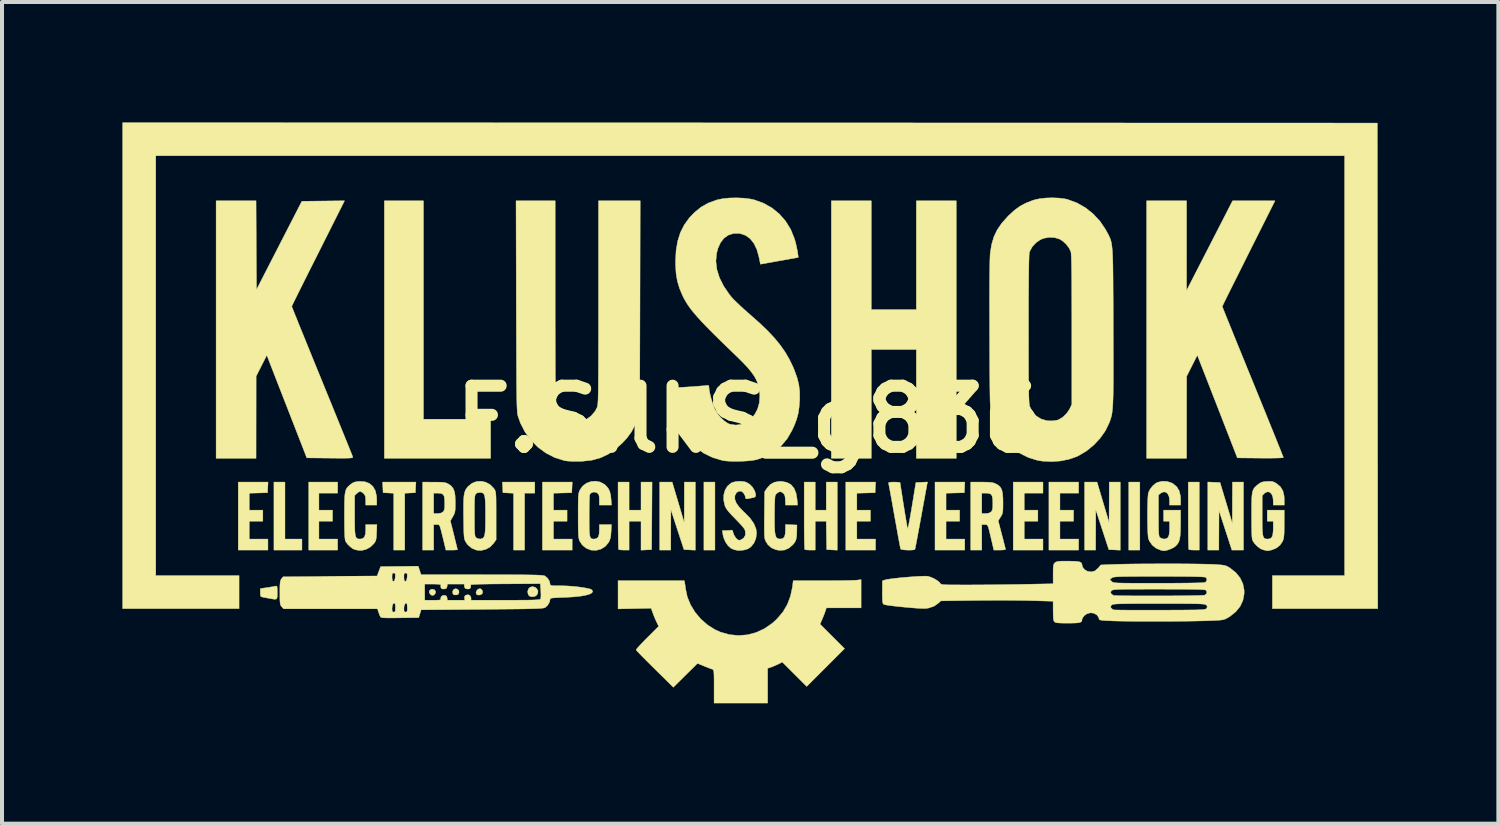
<source format=kicad_pcb>
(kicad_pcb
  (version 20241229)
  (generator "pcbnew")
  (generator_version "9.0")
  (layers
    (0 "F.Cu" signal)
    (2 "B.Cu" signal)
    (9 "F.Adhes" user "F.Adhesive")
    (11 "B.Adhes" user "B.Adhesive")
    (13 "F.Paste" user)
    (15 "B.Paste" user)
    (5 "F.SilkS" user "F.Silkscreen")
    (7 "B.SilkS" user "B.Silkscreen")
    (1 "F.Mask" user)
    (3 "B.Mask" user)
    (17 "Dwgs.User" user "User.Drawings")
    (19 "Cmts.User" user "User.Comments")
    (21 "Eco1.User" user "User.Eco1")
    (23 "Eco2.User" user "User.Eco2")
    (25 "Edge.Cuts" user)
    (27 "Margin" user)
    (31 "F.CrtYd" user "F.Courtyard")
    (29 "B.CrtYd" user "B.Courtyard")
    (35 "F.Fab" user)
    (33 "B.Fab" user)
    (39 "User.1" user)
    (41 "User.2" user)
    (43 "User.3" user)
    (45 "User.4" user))
  (footprint "F.SilkS_g836"
    (layer "F.Cu")
    (at 15.626 7.392)
    (property "Reference" "F.SilkS_g836" (at 0 0 0) (layer "F.SilkS") (effects (font (size 1.524 1.524) (thickness 0.3))))
    (attr through_hole)
    (fp_poly (pts (xy -0.868 3.26) (xy -1.143 3.26) (xy -1.143 1.566) (xy -0.868 1.566) (xy -0.868 3.26)) (stroke (width 0.01) (type solid)) (fill yes) (layer "F.SilkS"))
    (fp_poly (pts (xy 9.716 3.26) (xy 9.44 3.26) (xy 9.44 1.566) (xy 9.716 1.566) (xy 9.716 3.26)) (stroke (width 0.01) (type solid)) (fill yes) (layer "F.SilkS"))
    (fp_poly (pts (xy -11.578 2.985) (xy -11.155 2.985) (xy -11.155 3.26) (xy -11.853 3.26) (xy -11.853 1.566) (xy -11.578 1.566) (xy -11.578 2.985)) (stroke (width 0.01) (type solid)) (fill yes) (layer "F.SilkS"))
    (fp_poly (pts (xy -8.128 0) (xy -6.456 0) (xy -6.456 0.974) (xy -9.102 0.974) (xy -9.102 -5.44) (xy -8.128 -5.44) (xy -8.128 0)) (stroke (width 0.01) (type solid)) (fill yes) (layer "F.SilkS"))
    (fp_poly (pts (xy -5.355 1.841) (xy -5.609 1.841) (xy -5.609 3.26) (xy -5.884 3.26) (xy -5.884 1.844) (xy -6.017 1.837) (xy -6.149 1.831) (xy -6.155 1.699) (xy -6.162 1.566) (xy -5.355 1.566) (xy -5.355 1.841)) (stroke (width 0.01) (type solid)) (fill yes) (layer "F.SilkS"))
    (fp_poly (pts (xy -10.266 1.841) (xy -10.732 1.841) (xy -10.732 2.265) (xy -10.393 2.265) (xy -10.393 2.54) (xy -10.732 2.54) (xy -10.732 2.985) (xy -10.266 2.985) (xy -10.266 3.26) (xy -10.986 3.26) (xy -10.986 1.566) (xy -10.266 1.566) (xy -10.266 1.841)) (stroke (width 0.01) (type solid)) (fill yes) (layer "F.SilkS"))
    (fp_poly (pts (xy -8.323 1.699) (xy -8.329 1.831) (xy -8.461 1.837) (xy -8.594 1.844) (xy -8.594 3.26) (xy -8.869 3.26) (xy -8.869 1.844) (xy -9.001 1.837) (xy -9.133 1.831) (xy -9.14 1.699) (xy -9.146 1.566) (xy -8.316 1.566) (xy -8.323 1.699)) (stroke (width 0.01) (type solid)) (fill yes) (layer "F.SilkS"))
    (fp_poly (pts (xy -7.853 4.249) (xy -7.827 4.286) (xy -7.829 4.333) (xy -7.863 4.375) (xy -7.875 4.382) (xy -7.914 4.391) (xy -7.952 4.366) (xy -7.959 4.36) (xy -7.986 4.311) (xy -7.977 4.266) (xy -7.936 4.238) (xy -7.906 4.233) (xy -7.853 4.249)) (stroke (width 0.01) (type solid)) (fill yes) (layer "F.SilkS"))
    (fp_poly (pts (xy -7.279 4.235) (xy -7.246 4.271) (xy -7.243 4.314) (xy -7.256 4.356) (xy -7.291 4.374) (xy -7.317 4.377) (xy -7.368 4.375) (xy -7.393 4.351) (xy -7.396 4.343) (xy -7.4 4.282) (xy -7.374 4.239) (xy -7.327 4.222) (xy -7.279 4.235)) (stroke (width 0.01) (type solid)) (fill yes) (layer "F.SilkS"))
    (fp_poly (pts (xy -6.702 4.225) (xy -6.666 4.258) (xy -6.653 4.308) (xy -6.668 4.351) (xy -6.708 4.374) (xy -6.759 4.381) (xy -6.8 4.369) (xy -6.802 4.367) (xy -6.82 4.325) (xy -6.808 4.278) (xy -6.775 4.239) (xy -6.73 4.221) (xy -6.702 4.225)) (stroke (width 0.01) (type solid)) (fill yes) (layer "F.SilkS"))
    (fp_poly (pts (xy 3.027 -2.731) (xy 4.149 -2.731) (xy 4.149 -5.44) (xy 5.144 -5.44) (xy 5.144 0.974) (xy 4.149 0.974) (xy 4.149 -1.736) (xy 3.027 -1.736) (xy 3.027 0.974) (xy 2.032 0.974) (xy 2.032 -5.44) (xy 3.027 -5.44) (xy 3.027 -2.731)) (stroke (width 0.01) (type solid)) (fill yes) (layer "F.SilkS"))
    (fp_poly (pts (xy 7.303 1.841) (xy 6.837 1.841) (xy 6.837 2.265) (xy 7.176 2.265) (xy 7.176 2.54) (xy 6.837 2.54) (xy 6.837 2.985) (xy 7.303 2.985) (xy 7.303 3.26) (xy 6.562 3.26) (xy 6.562 1.566) (xy 7.303 1.566) (xy 7.303 1.841)) (stroke (width 0.01) (type solid)) (fill yes) (layer "F.SilkS"))
    (fp_poly (pts (xy 8.191 1.841) (xy 7.726 1.841) (xy 7.726 2.265) (xy 8.065 2.265) (xy 8.065 2.54) (xy 7.726 2.54) (xy 7.726 2.985) (xy 8.191 2.985) (xy 8.191 3.26) (xy 7.451 3.26) (xy 7.451 1.566) (xy 8.191 1.566) (xy 8.191 1.841)) (stroke (width 0.01) (type solid)) (fill yes) (layer "F.SilkS"))
    (fp_poly (pts (xy 8.95 2.572) (xy 8.954 1.566) (xy 9.229 1.566) (xy 9.229 3.262) (xy 9.086 3.255) (xy 8.944 3.249) (xy 8.618 2.254) (xy 8.617 2.757) (xy 8.615 3.26) (xy 8.34 3.26) (xy 8.34 1.566) (xy 8.65 1.566) (xy 8.95 2.572)) (stroke (width 0.01) (type solid)) (fill yes) (layer "F.SilkS"))
    (fp_poly (pts (xy 15.632 -7.377) (xy 15.642 4.72) (xy 13.018 4.72) (xy 13.018 3.895) (xy 14.817 3.895) (xy 14.817 -6.562) (xy -14.796 -6.562) (xy -14.796 3.895) (xy -12.721 3.895) (xy -12.721 4.72) (xy -15.621 4.72) (xy -15.621 -7.387) (xy 15.632 -7.377)) (stroke (width 0.01) (type solid)) (fill yes) (layer "F.SilkS"))
    (fp_poly (pts (xy -12.006 1.699) (xy -12.012 1.831) (xy -12.24 1.837) (xy -12.467 1.843) (xy -12.467 2.265) (xy -12.129 2.265) (xy -12.129 2.54) (xy -12.467 2.54) (xy -12.467 2.985) (xy -12.002 2.985) (xy -12.002 3.26) (xy -12.742 3.26) (xy -12.742 1.566) (xy -11.999 1.566) (xy -12.006 1.699)) (stroke (width 0.01) (type solid)) (fill yes) (layer "F.SilkS"))
    (fp_poly (pts (xy -4.428 1.699) (xy -4.434 1.831) (xy -4.662 1.837) (xy -4.889 1.843) (xy -4.889 2.265) (xy -4.551 2.265) (xy -4.551 2.54) (xy -4.889 2.54) (xy -4.889 2.985) (xy -4.424 2.985) (xy -4.424 3.26) (xy -5.165 3.26) (xy -5.165 1.566) (xy -4.422 1.566) (xy -4.428 1.699)) (stroke (width 0.01) (type solid)) (fill yes) (layer "F.SilkS"))
    (fp_poly (pts (xy -1.783 2.069) (xy -1.633 2.572) (xy -1.631 2.069) (xy -1.63 1.566) (xy -1.355 1.566) (xy -1.355 3.262) (xy -1.497 3.255) (xy -1.639 3.249) (xy -1.965 2.254) (xy -1.967 2.757) (xy -1.968 3.26) (xy -2.244 3.26) (xy -2.244 1.566) (xy -1.933 1.566) (xy -1.783 2.069)) (stroke (width 0.01) (type solid)) (fill yes) (layer "F.SilkS"))
    (fp_poly (pts (xy 3.128 1.699) (xy 3.122 1.831) (xy 2.895 1.837) (xy 2.667 1.843) (xy 2.667 2.265) (xy 3.006 2.265) (xy 3.006 2.54) (xy 2.667 2.54) (xy 2.667 2.985) (xy 3.133 2.985) (xy 3.133 3.26) (xy 2.392 3.26) (xy 2.392 1.566) (xy 3.135 1.566) (xy 3.128 1.699)) (stroke (width 0.01) (type solid)) (fill yes) (layer "F.SilkS"))
    (fp_poly (pts (xy 5.351 1.699) (xy 5.345 1.831) (xy 5.117 1.837) (xy 4.889 1.843) (xy 4.889 2.265) (xy 5.228 2.265) (xy 5.228 2.54) (xy 4.889 2.54) (xy 4.889 2.985) (xy 5.355 2.985) (xy 5.355 3.26) (xy 4.614 3.26) (xy 4.614 1.566) (xy 5.357 1.566) (xy 5.351 1.699)) (stroke (width 0.01) (type solid)) (fill yes) (layer "F.SilkS"))
    (fp_poly (pts (xy 11.562 1.571) (xy 11.714 1.577) (xy 11.867 2.085) (xy 12.02 2.593) (xy 12.021 2.08) (xy 12.023 1.566) (xy 12.298 1.566) (xy 12.298 3.26) (xy 12.009 3.26) (xy 11.688 2.275) (xy 11.686 2.768) (xy 11.684 3.26) (xy 11.409 3.26) (xy 11.409 1.564) (xy 11.562 1.571)) (stroke (width 0.01) (type solid)) (fill yes) (layer "F.SilkS"))
    (fp_poly (pts (xy 11.197 3.26) (xy 11.074 3.26) (xy 11.005 3.257) (xy 10.954 3.252) (xy 10.936 3.246) (xy 10.933 3.222) (xy 10.93 3.161) (xy 10.928 3.066) (xy 10.925 2.943) (xy 10.924 2.797) (xy 10.923 2.631) (xy 10.922 2.45) (xy 10.922 2.399) (xy 10.922 1.566) (xy 11.197 1.566) (xy 11.197 3.26)) (stroke (width 0.01) (type solid)) (fill yes) (layer "F.SilkS"))
    (fp_poly (pts (xy -5.348 4.186) (xy -5.313 4.212) (xy -5.276 4.271) (xy -5.28 4.333) (xy -5.303 4.377) (xy -5.35 4.412) (xy -5.412 4.424) (xy -5.472 4.414) (xy -5.504 4.391) (xy -5.524 4.347) (xy -5.531 4.297) (xy -5.419 4.297) (xy -5.411 4.314) (xy -5.405 4.311) (xy -5.402 4.286) (xy -5.405 4.283) (xy -5.417 4.286) (xy -5.419 4.297) (xy -5.531 4.297) (xy -5.532 4.293) (xy -5.514 4.228) (xy -5.471 4.185) (xy -5.411 4.17) (xy -5.348 4.186)) (stroke (width 0.01) (type solid)) (fill yes) (layer "F.SilkS"))
    (fp_poly (pts (xy -11.776 4.17) (xy -11.771 4.209) (xy -11.769 4.279) (xy -11.769 4.317) (xy -11.769 4.403) (xy -11.776 4.456) (xy -11.797 4.481) (xy -11.84 4.485) (xy -11.913 4.473) (xy -11.959 4.465) (xy -12.036 4.45) (xy -12.108 4.437) (xy -12.123 4.434) (xy -12.165 4.424) (xy -12.185 4.405) (xy -12.191 4.364) (xy -12.192 4.321) (xy -12.192 4.219) (xy -12.017 4.194) (xy -11.932 4.18) (xy -11.859 4.168) (xy -11.812 4.158) (xy -11.806 4.157) (xy -11.787 4.156) (xy -11.776 4.17)) (stroke (width 0.01) (type solid)) (fill yes) (layer "F.SilkS"))
    (fp_poly (pts (xy -3.006 2.265) (xy -2.709 2.265) (xy -2.709 1.566) (xy -2.434 1.566) (xy -2.439 2.408) (xy -2.445 3.249) (xy -2.577 3.255) (xy -2.709 3.262) (xy -2.709 2.54) (xy -3.006 2.54) (xy -3.006 3.26) (xy -3.129 3.26) (xy -3.198 3.257) (xy -3.249 3.252) (xy -3.267 3.246) (xy -3.27 3.222) (xy -3.273 3.161) (xy -3.275 3.066) (xy -3.277 2.943) (xy -3.279 2.797) (xy -3.28 2.631) (xy -3.281 2.45) (xy -3.281 2.399) (xy -3.281 1.566) (xy -3.006 1.566) (xy -3.006 2.265)) (stroke (width 0.01) (type solid)) (fill yes) (layer "F.SilkS"))
    (fp_poly (pts (xy 1.63 2.265) (xy 1.905 2.265) (xy 1.905 1.566) (xy 2.18 1.566) (xy 2.18 3.262) (xy 2.048 3.255) (xy 1.916 3.249) (xy 1.91 2.895) (xy 1.904 2.54) (xy 1.63 2.54) (xy 1.63 3.26) (xy 1.506 3.26) (xy 1.437 3.257) (xy 1.387 3.252) (xy 1.369 3.246) (xy 1.366 3.222) (xy 1.363 3.161) (xy 1.36 3.066) (xy 1.358 2.943) (xy 1.356 2.797) (xy 1.355 2.631) (xy 1.355 2.45) (xy 1.355 2.399) (xy 1.355 1.566) (xy 1.63 1.566) (xy 1.63 2.265)) (stroke (width 0.01) (type solid)) (fill yes) (layer "F.SilkS"))
    (fp_poly (pts (xy 5.89 1.567) (xy 5.975 1.571) (xy 6.037 1.579) (xy 6.086 1.591) (xy 6.131 1.61) (xy 6.132 1.611) (xy 6.197 1.649) (xy 6.245 1.696) (xy 6.277 1.759) (xy 6.296 1.844) (xy 6.306 1.959) (xy 6.308 2.08) (xy 6.307 2.19) (xy 6.305 2.268) (xy 6.298 2.323) (xy 6.287 2.364) (xy 6.268 2.402) (xy 6.248 2.435) (xy 6.188 2.529) (xy 6.279 2.879) (xy 6.31 2.995) (xy 6.335 3.096) (xy 6.356 3.176) (xy 6.368 3.228) (xy 6.371 3.244) (xy 6.352 3.252) (xy 6.301 3.257) (xy 6.229 3.26) (xy 6.225 3.26) (xy 6.079 3.26) (xy 6.023 3.018) (xy 5.991 2.882) (xy 5.967 2.781) (xy 5.948 2.711) (xy 5.932 2.666) (xy 5.917 2.64) (xy 5.899 2.628) (xy 5.878 2.625) (xy 5.852 2.625) (xy 5.779 2.625) (xy 5.779 3.26) (xy 5.503 3.26) (xy 5.503 1.841) (xy 5.779 1.841) (xy 5.779 2.349) (xy 5.874 2.349) (xy 5.955 2.34) (xy 6.01 2.309) (xy 6.011 2.307) (xy 6.033 2.278) (xy 6.046 2.239) (xy 6.052 2.179) (xy 6.054 2.092) (xy 6.05 1.985) (xy 6.036 1.912) (xy 6.008 1.869) (xy 5.96 1.848) (xy 5.888 1.842) (xy 5.881 1.841) (xy 5.779 1.841) (xy 5.503 1.841) (xy 5.503 1.566) (xy 5.772 1.566) (xy 5.89 1.567)) (stroke (width 0.01) (type solid)) (fill yes) (layer "F.SilkS"))
    (fp_poly (pts (xy -7.869 1.567) (xy -7.751 1.568) (xy -7.667 1.57) (xy -7.607 1.577) (xy -7.563 1.587) (xy -7.525 1.604) (xy -7.505 1.614) (xy -7.439 1.661) (xy -7.391 1.719) (xy -7.359 1.795) (xy -7.341 1.896) (xy -7.335 2.03) (xy -7.334 2.074) (xy -7.335 2.181) (xy -7.338 2.257) (xy -7.346 2.311) (xy -7.36 2.356) (xy -7.382 2.401) (xy -7.396 2.426) (xy -7.458 2.533) (xy -7.369 2.885) (xy -7.341 3.002) (xy -7.316 3.103) (xy -7.296 3.182) (xy -7.284 3.233) (xy -7.281 3.249) (xy -7.301 3.254) (xy -7.351 3.258) (xy -7.423 3.26) (xy -7.425 3.26) (xy -7.569 3.26) (xy -7.629 3.011) (xy -7.662 2.876) (xy -7.687 2.777) (xy -7.706 2.708) (xy -7.721 2.663) (xy -7.736 2.638) (xy -7.752 2.627) (xy -7.773 2.624) (xy -7.799 2.625) (xy -7.801 2.625) (xy -7.874 2.625) (xy -7.874 3.26) (xy -8.149 3.26) (xy -8.149 1.841) (xy -7.874 1.841) (xy -7.874 2.349) (xy -7.779 2.349) (xy -7.697 2.34) (xy -7.643 2.309) (xy -7.641 2.307) (xy -7.619 2.278) (xy -7.606 2.239) (xy -7.6 2.179) (xy -7.599 2.092) (xy -7.602 1.985) (xy -7.616 1.912) (xy -7.645 1.869) (xy -7.693 1.848) (xy -7.765 1.842) (xy -7.771 1.841) (xy -7.874 1.841) (xy -8.149 1.841) (xy -8.149 1.566) (xy -7.869 1.567)) (stroke (width 0.01) (type solid)) (fill yes) (layer "F.SilkS"))
    (fp_poly (pts (xy 10.88 -4.323) (xy 10.88 -3.207) (xy 11.453 -4.323) (xy 12.026 -5.44) (xy 13.082 -5.44) (xy 12.425 -4.13) (xy 12.316 -3.911) (xy 12.212 -3.703) (xy 12.115 -3.509) (xy 12.027 -3.333) (xy 11.949 -3.177) (xy 11.883 -3.044) (xy 11.831 -2.938) (xy 11.794 -2.862) (xy 11.773 -2.818) (xy 11.769 -2.809) (xy 11.776 -2.788) (xy 11.799 -2.731) (xy 11.836 -2.64) (xy 11.885 -2.517) (xy 11.946 -2.367) (xy 12.017 -2.191) (xy 12.098 -1.992) (xy 12.187 -1.773) (xy 12.284 -1.536) (xy 12.386 -1.284) (xy 12.494 -1.021) (xy 12.531 -0.93) (xy 12.64 -0.663) (xy 12.744 -0.407) (xy 12.843 -0.164) (xy 12.934 0.062) (xy 13.018 0.268) (xy 13.093 0.453) (xy 13.157 0.613) (xy 13.211 0.746) (xy 13.251 0.849) (xy 13.279 0.918) (xy 13.292 0.953) (xy 13.293 0.956) (xy 13.272 0.96) (xy 13.215 0.964) (xy 13.125 0.967) (xy 13.008 0.969) (xy 12.87 0.97) (xy 12.719 0.969) (xy 12.145 0.963) (xy 11.766 -0.011) (xy 11.686 -0.216) (xy 11.607 -0.419) (xy 11.53 -0.615) (xy 11.459 -0.799) (xy 11.394 -0.964) (xy 11.339 -1.106) (xy 11.295 -1.219) (xy 11.267 -1.289) (xy 11.148 -1.595) (xy 11.015 -1.332) (xy 10.882 -1.069) (xy 10.881 -0.048) (xy 10.88 0.974) (xy 9.885 0.974) (xy 9.885 -5.44) (xy 10.88 -5.44) (xy 10.88 -4.323)) (stroke (width 0.01) (type solid)) (fill yes) (layer "F.SilkS"))
    (fp_poly (pts (xy 0.797 1.549) (xy 0.925 1.574) (xy 1.026 1.629) (xy 1.101 1.718) (xy 1.152 1.839) (xy 1.177 1.985) (xy 1.191 2.138) (xy 0.891 2.138) (xy 0.885 2.008) (xy 0.879 1.932) (xy 0.866 1.884) (xy 0.842 1.852) (xy 0.823 1.836) (xy 0.779 1.809) (xy 0.742 1.809) (xy 0.707 1.823) (xy 0.659 1.861) (xy 0.633 1.905) (xy 0.628 1.942) (xy 0.624 2.013) (xy 0.62 2.113) (xy 0.618 2.233) (xy 0.616 2.366) (xy 0.616 2.396) (xy 0.616 2.57) (xy 0.619 2.706) (xy 0.625 2.809) (xy 0.637 2.883) (xy 0.655 2.933) (xy 0.68 2.964) (xy 0.714 2.979) (xy 0.757 2.984) (xy 0.764 2.984) (xy 0.823 2.972) (xy 0.862 2.932) (xy 0.883 2.859) (xy 0.889 2.765) (xy 0.889 2.623) (xy 1.032 2.629) (xy 1.175 2.635) (xy 1.172 2.788) (xy 1.168 2.897) (xy 1.158 2.974) (xy 1.139 3.033) (xy 1.107 3.085) (xy 1.076 3.123) (xy 0.975 3.211) (xy 0.863 3.259) (xy 0.738 3.267) (xy 0.65 3.251) (xy 0.539 3.203) (xy 0.452 3.126) (xy 0.399 3.042) (xy 0.387 3.015) (xy 0.377 2.986) (xy 0.37 2.948) (xy 0.366 2.897) (xy 0.363 2.827) (xy 0.362 2.733) (xy 0.362 2.609) (xy 0.363 2.45) (xy 0.364 2.384) (xy 0.37 1.807) (xy 0.429 1.719) (xy 0.511 1.626) (xy 0.613 1.57) (xy 0.737 1.548) (xy 0.797 1.549)) (stroke (width 0.01) (type solid)) (fill yes) (layer "F.SilkS"))
    (fp_poly (pts (xy -10.751 -4.133) (xy -10.861 -3.914) (xy -10.966 -3.706) (xy -11.063 -3.512) (xy -11.151 -3.336) (xy -11.229 -3.18) (xy -11.294 -3.047) (xy -11.347 -2.941) (xy -11.384 -2.864) (xy -11.405 -2.82) (xy -11.409 -2.81) (xy -11.401 -2.789) (xy -11.378 -2.731) (xy -11.342 -2.639) (xy -11.292 -2.517) (xy -11.232 -2.366) (xy -11.16 -2.19) (xy -11.079 -1.991) (xy -10.99 -1.771) (xy -10.894 -1.535) (xy -10.792 -1.284) (xy -10.684 -1.021) (xy -10.654 -0.948) (xy -10.546 -0.681) (xy -10.441 -0.426) (xy -10.343 -0.184) (xy -10.251 0.042) (xy -10.167 0.249) (xy -10.092 0.434) (xy -10.027 0.594) (xy -9.973 0.727) (xy -9.932 0.83) (xy -9.904 0.9) (xy -9.891 0.934) (xy -9.89 0.937) (xy -9.889 0.948) (xy -9.896 0.957) (xy -9.916 0.963) (xy -9.954 0.967) (xy -10.013 0.97) (xy -10.098 0.971) (xy -10.215 0.971) (xy -10.367 0.97) (xy -10.457 0.969) (xy -11.034 0.963) (xy -11.452 -0.111) (xy -11.534 -0.321) (xy -11.614 -0.525) (xy -11.689 -0.718) (xy -11.759 -0.897) (xy -11.821 -1.056) (xy -11.873 -1.191) (xy -11.915 -1.298) (xy -11.943 -1.371) (xy -11.95 -1.39) (xy -12.03 -1.594) (xy -12.163 -1.332) (xy -12.296 -1.069) (xy -12.297 -0.048) (xy -12.298 0.974) (xy -13.293 0.974) (xy -13.293 -5.44) (xy -12.298 -5.44) (xy -12.293 -4.334) (xy -12.287 -3.228) (xy -11.722 -4.329) (xy -11.157 -5.429) (xy -10.094 -5.441) (xy -10.751 -4.133)) (stroke (width 0.01) (type solid)) (fill yes) (layer "F.SilkS"))
    (fp_poly (pts (xy 4.415 1.624) (xy 4.409 1.657) (xy 4.396 1.728) (xy 4.377 1.83) (xy 4.354 1.959) (xy 4.326 2.109) (xy 4.296 2.275) (xy 4.264 2.452) (xy 4.263 2.455) (xy 4.231 2.631) (xy 4.201 2.793) (xy 4.174 2.938) (xy 4.151 3.06) (xy 4.133 3.155) (xy 4.12 3.217) (xy 4.114 3.243) (xy 4.114 3.244) (xy 4.087 3.254) (xy 4.032 3.259) (xy 3.96 3.261) (xy 3.884 3.258) (xy 3.817 3.252) (xy 3.77 3.242) (xy 3.757 3.233) (xy 3.751 3.207) (xy 3.739 3.144) (xy 3.721 3.049) (xy 3.698 2.926) (xy 3.672 2.78) (xy 3.643 2.617) (xy 3.611 2.441) (xy 3.608 2.424) (xy 3.576 2.246) (xy 3.547 2.08) (xy 3.52 1.931) (xy 3.497 1.805) (xy 3.478 1.705) (xy 3.465 1.636) (xy 3.459 1.604) (xy 3.458 1.603) (xy 3.457 1.584) (xy 3.473 1.573) (xy 3.515 1.568) (xy 3.59 1.566) (xy 3.597 1.566) (xy 3.67 1.568) (xy 3.724 1.574) (xy 3.746 1.581) (xy 3.746 1.582) (xy 3.749 1.611) (xy 3.758 1.674) (xy 3.772 1.766) (xy 3.79 1.878) (xy 3.81 2.005) (xy 3.831 2.14) (xy 3.853 2.275) (xy 3.874 2.405) (xy 3.894 2.521) (xy 3.91 2.618) (xy 3.923 2.689) (xy 3.93 2.727) (xy 3.931 2.731) (xy 3.937 2.719) (xy 3.95 2.67) (xy 3.966 2.59) (xy 3.987 2.482) (xy 4.01 2.352) (xy 4.035 2.204) (xy 4.041 2.17) (xy 4.138 1.577) (xy 4.428 1.564) (xy 4.415 1.624)) (stroke (width 0.01) (type solid)) (fill yes) (layer "F.SilkS"))
    (fp_poly (pts (xy -3.727 1.565) (xy -3.622 1.621) (xy -3.591 1.647) (xy -3.529 1.717) (xy -3.489 1.795) (xy -3.465 1.894) (xy -3.456 1.982) (xy -3.444 2.138) (xy -3.747 2.138) (xy -3.747 2.016) (xy -3.75 1.934) (xy -3.76 1.883) (xy -3.784 1.849) (xy -3.826 1.823) (xy -3.886 1.813) (xy -3.947 1.835) (xy -3.984 1.871) (xy -3.989 1.898) (xy -3.993 1.961) (xy -3.996 2.054) (xy -3.998 2.172) (xy -4 2.307) (xy -4 2.406) (xy -4 2.578) (xy -3.998 2.711) (xy -3.995 2.812) (xy -3.987 2.884) (xy -3.976 2.933) (xy -3.959 2.963) (xy -3.936 2.978) (xy -3.905 2.984) (xy -3.875 2.985) (xy -3.814 2.973) (xy -3.774 2.934) (xy -3.753 2.863) (xy -3.747 2.766) (xy -3.747 2.625) (xy -3.445 2.625) (xy -3.454 2.801) (xy -3.462 2.903) (xy -3.477 2.978) (xy -3.501 3.04) (xy -3.518 3.071) (xy -3.598 3.167) (xy -3.702 3.233) (xy -3.822 3.266) (xy -3.95 3.261) (xy -3.967 3.257) (xy -4.079 3.211) (xy -4.172 3.134) (xy -4.235 3.04) (xy -4.247 3.009) (xy -4.257 2.974) (xy -4.264 2.929) (xy -4.269 2.867) (xy -4.272 2.785) (xy -4.274 2.675) (xy -4.275 2.533) (xy -4.275 2.404) (xy -4.275 2.236) (xy -4.274 2.105) (xy -4.273 2.005) (xy -4.27 1.93) (xy -4.265 1.875) (xy -4.257 1.833) (xy -4.247 1.8) (xy -4.234 1.77) (xy -4.23 1.761) (xy -4.161 1.664) (xy -4.068 1.594) (xy -3.958 1.553) (xy -3.842 1.543) (xy -3.727 1.565)) (stroke (width 0.01) (type solid)) (fill yes) (layer "F.SilkS"))
    (fp_poly (pts (xy -9.59 1.557) (xy -9.476 1.599) (xy -9.389 1.673) (xy -9.328 1.778) (xy -9.297 1.913) (xy -9.292 2) (xy -9.292 2.138) (xy -9.567 2.138) (xy -9.567 2.02) (xy -9.571 1.945) (xy -9.586 1.895) (xy -9.616 1.854) (xy -9.619 1.851) (xy -9.664 1.816) (xy -9.702 1.799) (xy -9.705 1.799) (xy -9.742 1.813) (xy -9.787 1.848) (xy -9.791 1.851) (xy -9.842 1.903) (xy -9.842 2.397) (xy -9.842 2.57) (xy -9.84 2.705) (xy -9.835 2.807) (xy -9.827 2.881) (xy -9.813 2.931) (xy -9.794 2.962) (xy -9.767 2.978) (xy -9.732 2.984) (xy -9.705 2.985) (xy -9.641 2.972) (xy -9.598 2.933) (xy -9.575 2.863) (xy -9.567 2.758) (xy -9.567 2.625) (xy -9.288 2.625) (xy -9.295 2.824) (xy -9.3 2.919) (xy -9.307 2.984) (xy -9.32 3.03) (xy -9.341 3.069) (xy -9.368 3.104) (xy -9.453 3.185) (xy -9.556 3.241) (xy -9.664 3.269) (xy -9.747 3.266) (xy -9.804 3.255) (xy -9.837 3.248) (xy -9.891 3.223) (xy -9.955 3.174) (xy -10.017 3.114) (xy -10.062 3.053) (xy -10.066 3.046) (xy -10.075 3.02) (xy -10.083 2.979) (xy -10.088 2.918) (xy -10.092 2.834) (xy -10.095 2.721) (xy -10.096 2.575) (xy -10.097 2.408) (xy -10.096 2.223) (xy -10.095 2.075) (xy -10.091 1.959) (xy -10.084 1.87) (xy -10.072 1.802) (xy -10.055 1.75) (xy -10.032 1.709) (xy -10.001 1.674) (xy -9.962 1.639) (xy -9.94 1.621) (xy -9.884 1.582) (xy -9.825 1.561) (xy -9.746 1.55) (xy -9.729 1.549) (xy -9.59 1.557)) (stroke (width 0.01) (type solid)) (fill yes) (layer "F.SilkS"))
    (fp_poly (pts (xy 10.398 1.551) (xy 10.515 1.59) (xy 10.544 1.606) (xy 10.637 1.685) (xy 10.697 1.785) (xy 10.727 1.911) (xy 10.732 1.996) (xy 10.732 2.138) (xy 10.456 2.138) (xy 10.456 2.024) (xy 10.444 1.928) (xy 10.411 1.857) (xy 10.363 1.817) (xy 10.303 1.811) (xy 10.238 1.842) (xy 10.237 1.843) (xy 10.181 1.887) (xy 10.181 2.401) (xy 10.181 2.562) (xy 10.182 2.687) (xy 10.184 2.78) (xy 10.188 2.846) (xy 10.193 2.891) (xy 10.2 2.921) (xy 10.21 2.939) (xy 10.22 2.949) (xy 10.269 2.975) (xy 10.325 2.985) (xy 10.381 2.975) (xy 10.42 2.943) (xy 10.444 2.883) (xy 10.455 2.79) (xy 10.456 2.715) (xy 10.456 2.54) (xy 10.308 2.54) (xy 10.308 2.265) (xy 10.732 2.265) (xy 10.731 2.609) (xy 10.729 2.767) (xy 10.722 2.889) (xy 10.709 2.982) (xy 10.687 3.053) (xy 10.655 3.109) (xy 10.611 3.156) (xy 10.58 3.182) (xy 10.527 3.213) (xy 10.456 3.243) (xy 10.383 3.267) (xy 10.325 3.278) (xy 10.308 3.278) (xy 10.282 3.272) (xy 10.234 3.261) (xy 10.234 3.261) (xy 10.121 3.214) (xy 10.024 3.135) (xy 9.954 3.034) (xy 9.928 2.969) (xy 9.922 2.924) (xy 9.916 2.843) (xy 9.911 2.733) (xy 9.908 2.602) (xy 9.906 2.456) (xy 9.906 2.402) (xy 9.907 2.252) (xy 9.91 2.115) (xy 9.914 1.997) (xy 9.92 1.905) (xy 9.926 1.847) (xy 9.928 1.836) (xy 9.969 1.748) (xy 10.034 1.663) (xy 10.112 1.597) (xy 10.154 1.574) (xy 10.272 1.545) (xy 10.398 1.551)) (stroke (width 0.01) (type solid)) (fill yes) (layer "F.SilkS"))
    (fp_poly (pts (xy 13.025 1.554) (xy 13.075 1.574) (xy 13.126 1.605) (xy 13.219 1.684) (xy 13.279 1.784) (xy 13.309 1.91) (xy 13.314 1.996) (xy 13.314 2.138) (xy 13.039 2.138) (xy 13.039 2.024) (xy 13.027 1.929) (xy 12.995 1.859) (xy 12.949 1.817) (xy 12.893 1.808) (xy 12.833 1.835) (xy 12.817 1.85) (xy 12.764 1.903) (xy 12.764 2.397) (xy 12.764 2.57) (xy 12.766 2.705) (xy 12.771 2.807) (xy 12.779 2.881) (xy 12.793 2.931) (xy 12.812 2.962) (xy 12.839 2.978) (xy 12.874 2.984) (xy 12.901 2.985) (xy 12.96 2.976) (xy 13 2.946) (xy 13.025 2.89) (xy 13.036 2.801) (xy 13.039 2.715) (xy 13.039 2.54) (xy 12.89 2.54) (xy 12.89 2.265) (xy 13.314 2.265) (xy 13.313 2.609) (xy 13.312 2.744) (xy 13.31 2.844) (xy 13.304 2.918) (xy 13.296 2.972) (xy 13.283 3.016) (xy 13.273 3.04) (xy 13.206 3.14) (xy 13.108 3.215) (xy 12.996 3.258) (xy 12.934 3.272) (xy 12.899 3.277) (xy 12.876 3.276) (xy 12.859 3.27) (xy 12.824 3.261) (xy 12.78 3.251) (xy 12.716 3.222) (xy 12.644 3.168) (xy 12.578 3.101) (xy 12.535 3.04) (xy 12.524 3.015) (xy 12.515 2.983) (xy 12.509 2.938) (xy 12.505 2.875) (xy 12.502 2.788) (xy 12.5 2.673) (xy 12.499 2.525) (xy 12.499 2.402) (xy 12.499 2.22) (xy 12.501 2.074) (xy 12.504 1.96) (xy 12.512 1.873) (xy 12.523 1.806) (xy 12.541 1.755) (xy 12.565 1.714) (xy 12.598 1.679) (xy 12.639 1.642) (xy 12.664 1.622) (xy 12.717 1.585) (xy 12.769 1.564) (xy 12.838 1.553) (xy 12.886 1.55) (xy 12.968 1.547) (xy 13.025 1.554)) (stroke (width 0.01) (type solid)) (fill yes) (layer "F.SilkS"))
    (fp_poly (pts (xy -0.147 1.554) (xy -0.091 1.568) (xy -0.003 1.619) (xy 0.072 1.697) (xy 0.125 1.789) (xy 0.148 1.882) (xy 0.148 1.891) (xy 0.141 1.927) (xy 0.111 1.947) (xy 0.069 1.957) (xy 0.002 1.97) (xy -0.054 1.982) (xy -0.058 1.983) (xy -0.096 1.983) (xy -0.106 1.959) (xy -0.12 1.899) (xy -0.155 1.839) (xy -0.199 1.799) (xy -0.216 1.792) (xy -0.279 1.795) (xy -0.333 1.833) (xy -0.367 1.897) (xy -0.372 1.915) (xy -0.371 1.997) (xy -0.338 2.084) (xy -0.27 2.181) (xy -0.166 2.291) (xy -0.128 2.326) (xy 0.008 2.465) (xy 0.102 2.601) (xy 0.156 2.733) (xy 0.169 2.84) (xy 0.152 2.971) (xy 0.104 3.086) (xy 0.029 3.178) (xy -0.042 3.227) (xy -0.11 3.251) (xy -0.196 3.266) (xy -0.275 3.27) (xy -0.307 3.267) (xy -0.364 3.255) (xy -0.395 3.248) (xy -0.473 3.212) (xy -0.547 3.143) (xy -0.609 3.05) (xy -0.654 2.942) (xy -0.67 2.868) (xy -0.683 2.773) (xy -0.587 2.773) (xy -0.521 2.77) (xy -0.471 2.764) (xy -0.459 2.761) (xy -0.435 2.766) (xy -0.419 2.805) (xy -0.414 2.828) (xy -0.388 2.896) (xy -0.345 2.96) (xy -0.339 2.967) (xy -0.295 3.005) (xy -0.261 3.015) (xy -0.22 3.005) (xy -0.149 2.958) (xy -0.111 2.889) (xy -0.109 2.803) (xy -0.125 2.748) (xy -0.146 2.716) (xy -0.191 2.661) (xy -0.255 2.59) (xy -0.332 2.509) (xy -0.364 2.476) (xy -0.459 2.379) (xy -0.527 2.303) (xy -0.574 2.242) (xy -0.605 2.189) (xy -0.621 2.15) (xy -0.65 2.014) (xy -0.647 1.883) (xy -0.614 1.764) (xy -0.554 1.665) (xy -0.467 1.593) (xy -0.43 1.574) (xy -0.347 1.553) (xy -0.246 1.546) (xy -0.147 1.554)) (stroke (width 0.01) (type solid)) (fill yes) (layer "F.SilkS"))
    (fp_poly (pts (xy -6.575 1.57) (xy -6.468 1.629) (xy -6.378 1.72) (xy -6.369 1.732) (xy -6.354 1.755) (xy -6.343 1.777) (xy -6.334 1.805) (xy -6.327 1.843) (xy -6.323 1.896) (xy -6.32 1.97) (xy -6.319 2.07) (xy -6.318 2.201) (xy -6.318 2.368) (xy -6.318 3.002) (xy -6.382 3.092) (xy -6.469 3.183) (xy -6.578 3.243) (xy -6.698 3.27) (xy -6.808 3.261) (xy -6.926 3.212) (xy -7.024 3.13) (xy -7.07 3.065) (xy -7.087 3.035) (xy -7.099 3.006) (xy -7.109 2.972) (xy -7.115 2.927) (xy -7.12 2.865) (xy -7.124 2.78) (xy -7.126 2.666) (xy -7.128 2.519) (xy -7.129 2.452) (xy -7.13 2.399) (xy -6.858 2.399) (xy -6.858 2.561) (xy -6.857 2.687) (xy -6.854 2.78) (xy -6.85 2.847) (xy -6.845 2.893) (xy -6.837 2.923) (xy -6.826 2.942) (xy -6.823 2.946) (xy -6.773 2.976) (xy -6.708 2.984) (xy -6.655 2.968) (xy -6.632 2.948) (xy -6.615 2.919) (xy -6.602 2.876) (xy -6.593 2.812) (xy -6.587 2.724) (xy -6.584 2.606) (xy -6.583 2.452) (xy -6.583 2.399) (xy -6.584 2.229) (xy -6.586 2.097) (xy -6.592 1.998) (xy -6.601 1.927) (xy -6.615 1.879) (xy -6.635 1.849) (xy -6.662 1.833) (xy -6.697 1.825) (xy -6.707 1.824) (xy -6.781 1.832) (xy -6.818 1.854) (xy -6.83 1.868) (xy -6.84 1.888) (xy -6.847 1.918) (xy -6.852 1.966) (xy -6.855 2.035) (xy -6.857 2.131) (xy -6.858 2.259) (xy -6.858 2.399) (xy -7.13 2.399) (xy -7.131 2.267) (xy -7.13 2.119) (xy -7.127 2.002) (xy -7.12 1.911) (xy -7.107 1.84) (xy -7.09 1.784) (xy -7.066 1.738) (xy -7.035 1.696) (xy -7.014 1.672) (xy -6.918 1.595) (xy -6.808 1.553) (xy -6.691 1.545) (xy -6.575 1.57)) (stroke (width 0.01) (type solid)) (fill yes) (layer "F.SilkS"))
    (fp_poly (pts (xy -4.847 -2.916) (xy -4.847 -2.494) (xy -4.846 -2.107) (xy -4.845 -1.756) (xy -4.844 -1.441) (xy -4.843 -1.164) (xy -4.841 -0.924) (xy -4.838 -0.722) (xy -4.836 -0.56) (xy -4.833 -0.438) (xy -4.83 -0.357) (xy -4.826 -0.317) (xy -4.826 -0.315) (xy -4.79 -0.238) (xy -4.728 -0.154) (xy -4.651 -0.073) (xy -4.569 -0.01) (xy -4.543 0.006) (xy -4.442 0.04) (xy -4.322 0.054) (xy -4.201 0.046) (xy -4.095 0.016) (xy -4.075 0.007) (xy -3.953 -0.081) (xy -3.854 -0.197) (xy -3.812 -0.275) (xy -3.805 -0.29) (xy -3.799 -0.306) (xy -3.794 -0.326) (xy -3.79 -0.352) (xy -3.786 -0.386) (xy -3.782 -0.43) (xy -3.779 -0.487) (xy -3.777 -0.56) (xy -3.775 -0.65) (xy -3.773 -0.76) (xy -3.772 -0.892) (xy -3.771 -1.048) (xy -3.77 -1.231) (xy -3.769 -1.443) (xy -3.769 -1.687) (xy -3.768 -1.965) (xy -3.768 -2.278) (xy -3.768 -2.63) (xy -3.768 -2.905) (xy -3.768 -5.44) (xy -2.729 -5.44) (xy -2.735 -2.831) (xy -2.742 -0.222) (xy -2.788 -0.057) (xy -2.856 0.138) (xy -2.944 0.31) (xy -3.06 0.469) (xy -3.175 0.593) (xy -3.354 0.754) (xy -3.535 0.876) (xy -3.725 0.964) (xy -3.931 1.02) (xy -4.163 1.047) (xy -4.233 1.05) (xy -4.411 1.05) (xy -4.552 1.041) (xy -4.625 1.029) (xy -4.861 0.954) (xy -5.079 0.842) (xy -5.277 0.697) (xy -5.451 0.522) (xy -5.597 0.321) (xy -5.712 0.098) (xy -5.773 -0.074) (xy -5.778 -0.095) (xy -5.783 -0.12) (xy -5.788 -0.152) (xy -5.791 -0.192) (xy -5.795 -0.244) (xy -5.798 -0.308) (xy -5.801 -0.388) (xy -5.803 -0.486) (xy -5.805 -0.604) (xy -5.807 -0.745) (xy -5.809 -0.91) (xy -5.81 -1.102) (xy -5.811 -1.323) (xy -5.812 -1.576) (xy -5.813 -1.863) (xy -5.814 -2.186) (xy -5.815 -2.548) (xy -5.816 -2.82) (xy -5.822 -5.44) (xy -4.847 -5.44) (xy -4.847 -2.916)) (stroke (width 0.01) (type solid)) (fill yes) (layer "F.SilkS"))
    (fp_poly (pts (xy 2.773 4.699) (xy 1.908 4.699) (xy 1.883 4.778) (xy 1.86 4.842) (xy 1.828 4.923) (xy 1.804 4.981) (xy 1.75 5.104) (xy 2.055 5.41) (xy 2.36 5.715) (xy 1.889 6.186) (xy 1.418 6.657) (xy 1.114 6.353) (xy 0.811 6.05) (xy 0.707 6.102) (xy 0.63 6.137) (xy 0.554 6.169) (xy 0.524 6.179) (xy 0.445 6.205) (xy 0.445 7.07) (xy -0.889 7.07) (xy -0.889 6.655) (xy -0.889 6.512) (xy -0.89 6.406) (xy -0.893 6.331) (xy -0.897 6.281) (xy -0.904 6.252) (xy -0.914 6.237) (xy -0.926 6.23) (xy -0.963 6.218) (xy -1.026 6.194) (xy -1.105 6.163) (xy -1.133 6.151) (xy -1.302 6.082) (xy -1.904 6.677) (xy -2.365 6.222) (xy -2.48 6.108) (xy -2.585 6.004) (xy -2.676 5.912) (xy -2.749 5.837) (xy -2.801 5.782) (xy -2.828 5.751) (xy -2.831 5.747) (xy -2.819 5.726) (xy -2.781 5.68) (xy -2.721 5.615) (xy -2.645 5.536) (xy -2.557 5.446) (xy -2.552 5.442) (xy -2.268 5.158) (xy -2.316 5.061) (xy -2.352 4.985) (xy -2.39 4.893) (xy -2.411 4.836) (xy -2.458 4.708) (xy -2.869 4.717) (xy -3.281 4.725) (xy -3.281 4.022) (xy -1.631 4.022) (xy -1.621 4.069) (xy -1.613 4.118) (xy -1.603 4.188) (xy -1.598 4.23) (xy -1.555 4.43) (xy -1.474 4.625) (xy -1.361 4.81) (xy -1.219 4.978) (xy -1.054 5.123) (xy -0.87 5.24) (xy -0.733 5.302) (xy -0.507 5.366) (xy -0.28 5.388) (xy -0.056 5.37) (xy 0.162 5.312) (xy 0.369 5.215) (xy 0.563 5.081) (xy 0.677 4.976) (xy 0.824 4.804) (xy 0.935 4.617) (xy 1.014 4.408) (xy 1.064 4.174) (xy 1.07 4.122) (xy 1.082 4.022) (xy 1.829 4.022) (xy 2.008 4.021) (xy 2.176 4.02) (xy 2.33 4.019) (xy 2.462 4.016) (xy 2.569 4.014) (xy 2.642 4.011) (xy 2.675 4.008) (xy 2.773 3.995) (xy 2.773 4.699)) (stroke (width 0.01) (type solid)) (fill yes) (layer "F.SilkS"))
    (fp_poly (pts (xy -0.15 -5.506) (xy 0.012 -5.486) (xy 0.109 -5.465) (xy 0.342 -5.381) (xy 0.552 -5.263) (xy 0.737 -5.112) (xy 0.894 -4.932) (xy 1.021 -4.725) (xy 1.114 -4.493) (xy 1.14 -4.403) (xy 1.162 -4.308) (xy 1.182 -4.212) (xy 1.195 -4.137) (xy 1.209 -4.03) (xy 0.265 -3.861) (xy 0.231 -4.032) (xy 0.178 -4.223) (xy 0.105 -4.377) (xy 0.011 -4.496) (xy -0.102 -4.578) (xy -0.235 -4.623) (xy -0.268 -4.628) (xy -0.409 -4.626) (xy -0.535 -4.586) (xy -0.642 -4.509) (xy -0.729 -4.398) (xy -0.794 -4.254) (xy -0.826 -4.131) (xy -0.844 -3.935) (xy -0.82 -3.733) (xy -0.756 -3.526) (xy -0.651 -3.317) (xy -0.508 -3.107) (xy -0.459 -3.046) (xy -0.408 -2.99) (xy -0.33 -2.913) (xy -0.235 -2.822) (xy -0.127 -2.723) (xy -0.014 -2.624) (xy 0.013 -2.6) (xy 0.247 -2.393) (xy 0.447 -2.201) (xy 0.618 -2.019) (xy 0.762 -1.842) (xy 0.885 -1.666) (xy 0.989 -1.486) (xy 1.08 -1.297) (xy 1.11 -1.223) (xy 1.178 -1.036) (xy 1.221 -0.865) (xy 1.242 -0.696) (xy 1.244 -0.513) (xy 1.242 -0.467) (xy 1.228 -0.288) (xy 1.204 -0.135) (xy 1.165 0.007) (xy 1.108 0.156) (xy 1.055 0.273) (xy 0.931 0.486) (xy 0.781 0.665) (xy 0.604 0.812) (xy 0.401 0.926) (xy 0.18 1.005) (xy 0.084 1.024) (xy -0.043 1.038) (xy -0.186 1.047) (xy -0.336 1.05) (xy -0.478 1.048) (xy -0.601 1.039) (xy -0.677 1.028) (xy -0.921 0.956) (xy -1.141 0.85) (xy -1.337 0.709) (xy -1.509 0.534) (xy -1.655 0.326) (xy -1.775 0.086) (xy -1.868 -0.185) (xy -1.885 -0.251) (xy -1.9 -0.318) (xy -1.916 -0.403) (xy -1.931 -0.497) (xy -1.945 -0.591) (xy -1.956 -0.674) (xy -1.962 -0.738) (xy -1.963 -0.772) (xy -1.961 -0.775) (xy -1.94 -0.777) (xy -1.883 -0.782) (xy -1.798 -0.788) (xy -1.69 -0.795) (xy -1.566 -0.802) (xy -1.436 -0.811) (xy -1.315 -0.82) (xy -1.212 -0.828) (xy -1.135 -0.834) (xy -1.095 -0.839) (xy -1.044 -0.844) (xy -1.021 -0.834) (xy -1.016 -0.802) (xy -1.016 -0.79) (xy -1.008 -0.714) (xy -0.987 -0.611) (xy -0.957 -0.496) (xy -0.921 -0.382) (xy -0.883 -0.281) (xy -0.864 -0.238) (xy -0.802 -0.136) (xy -0.721 -0.039) (xy -0.633 0.044) (xy -0.545 0.104) (xy -0.491 0.126) (xy -0.347 0.146) (xy -0.209 0.128) (xy -0.083 0.076) (xy 0.029 -0.007) (xy 0.122 -0.117) (xy 0.193 -0.25) (xy 0.237 -0.402) (xy 0.25 -0.568) (xy 0.249 -0.612) (xy 0.235 -0.738) (xy 0.211 -0.853) (xy 0.172 -0.961) (xy 0.115 -1.069) (xy 0.036 -1.181) (xy -0.066 -1.303) (xy -0.197 -1.44) (xy -0.336 -1.576) (xy -0.562 -1.794) (xy -0.76 -1.987) (xy -0.931 -2.156) (xy -1.078 -2.305) (xy -1.203 -2.436) (xy -1.309 -2.552) (xy -1.398 -2.656) (xy -1.473 -2.75) (xy -1.536 -2.838) (xy -1.589 -2.921) (xy -1.636 -3.003) (xy -1.675 -3.082) (xy -1.751 -3.263) (xy -1.803 -3.439) (xy -1.835 -3.625) (xy -1.848 -3.832) (xy -1.849 -3.926) (xy -1.836 -4.196) (xy -1.796 -4.436) (xy -1.728 -4.65) (xy -1.63 -4.844) (xy -1.501 -5.021) (xy -1.372 -5.155) (xy -1.209 -5.286) (xy -1.03 -5.386) (xy -0.824 -5.461) (xy -0.814 -5.464) (xy -0.674 -5.493) (xy -0.508 -5.51) (xy -0.329 -5.514) (xy -0.15 -5.506)) (stroke (width 0.01) (type solid)) (fill yes) (layer "F.SilkS"))
    (fp_poly (pts (xy 7.714 -5.507) (xy 7.861 -5.487) (xy 7.916 -5.474) (xy 8.145 -5.39) (xy 8.359 -5.269) (xy 8.553 -5.115) (xy 8.723 -4.932) (xy 8.863 -4.725) (xy 8.888 -4.678) (xy 8.915 -4.628) (xy 8.938 -4.584) (xy 8.958 -4.543) (xy 8.976 -4.502) (xy 8.991 -4.459) (xy 9.004 -4.41) (xy 9.014 -4.352) (xy 9.023 -4.284) (xy 9.031 -4.201) (xy 9.037 -4.102) (xy 9.041 -3.984) (xy 9.045 -3.843) (xy 9.047 -3.676) (xy 9.049 -3.482) (xy 9.05 -3.258) (xy 9.052 -2.999) (xy 9.053 -2.705) (xy 9.054 -2.371) (xy 9.054 -2.321) (xy 9.055 -1.973) (xy 9.056 -1.665) (xy 9.056 -1.394) (xy 9.056 -1.157) (xy 9.056 -0.951) (xy 9.054 -0.774) (xy 9.052 -0.622) (xy 9.048 -0.494) (xy 9.044 -0.385) (xy 9.038 -0.294) (xy 9.031 -0.218) (xy 9.023 -0.153) (xy 9.013 -0.097) (xy 9.001 -0.048) (xy 8.987 -0.003) (xy 8.972 0.042) (xy 8.955 0.088) (xy 8.859 0.286) (xy 8.727 0.474) (xy 8.566 0.645) (xy 8.383 0.794) (xy 8.183 0.912) (xy 8.145 0.93) (xy 7.951 0.998) (xy 7.735 1.041) (xy 7.51 1.056) (xy 7.286 1.044) (xy 7.165 1.024) (xy 6.941 0.955) (xy 6.73 0.849) (xy 6.537 0.71) (xy 6.366 0.542) (xy 6.22 0.348) (xy 6.104 0.134) (xy 6.027 -0.078) (xy 6.019 -0.108) (xy 6.012 -0.137) (xy 6.006 -0.169) (xy 6.001 -0.206) (xy 5.996 -0.251) (xy 5.992 -0.307) (xy 5.989 -0.377) (xy 5.986 -0.464) (xy 5.984 -0.57) (xy 5.982 -0.699) (xy 5.98 -0.854) (xy 5.979 -1.036) (xy 5.977 -1.25) (xy 5.976 -1.497) (xy 5.975 -1.782) (xy 5.974 -2.085) (xy 5.973 -2.242) (xy 6.943 -2.242) (xy 6.943 -1.916) (xy 6.943 -1.63) (xy 6.944 -1.38) (xy 6.944 -1.165) (xy 6.945 -0.981) (xy 6.947 -0.827) (xy 6.949 -0.698) (xy 6.951 -0.594) (xy 6.954 -0.51) (xy 6.957 -0.444) (xy 6.961 -0.394) (xy 6.965 -0.357) (xy 6.971 -0.33) (xy 6.975 -0.315) (xy 7.041 -0.184) (xy 7.137 -0.08) (xy 7.258 -0.005) (xy 7.398 0.036) (xy 7.487 0.042) (xy 7.571 0.038) (xy 7.649 0.026) (xy 7.691 0.013) (xy 7.795 -0.049) (xy 7.89 -0.14) (xy 7.963 -0.246) (xy 7.972 -0.264) (xy 8.022 -0.37) (xy 8.022 -2.231) (xy 8.022 -2.583) (xy 8.021 -2.896) (xy 8.02 -3.169) (xy 8.019 -3.405) (xy 8.018 -3.607) (xy 8.015 -3.774) (xy 8.013 -3.911) (xy 8.01 -4.017) (xy 8.006 -4.095) (xy 8.002 -4.147) (xy 7.997 -4.174) (xy 7.954 -4.264) (xy 7.884 -4.355) (xy 7.798 -4.435) (xy 7.719 -4.486) (xy 7.594 -4.524) (xy 7.456 -4.531) (xy 7.319 -4.505) (xy 7.237 -4.471) (xy 7.129 -4.396) (xy 7.039 -4.299) (xy 6.978 -4.191) (xy 6.965 -4.153) (xy 6.96 -4.116) (xy 6.957 -4.036) (xy 6.953 -3.916) (xy 6.95 -3.754) (xy 6.948 -3.553) (xy 6.946 -3.312) (xy 6.944 -3.033) (xy 6.943 -2.715) (xy 6.943 -2.359) (xy 6.943 -2.242) (xy 5.973 -2.242) (xy 5.973 -2.472) (xy 5.972 -2.82) (xy 5.972 -3.129) (xy 5.973 -3.399) (xy 5.975 -3.629) (xy 5.978 -3.818) (xy 5.981 -3.966) (xy 5.985 -4.073) (xy 5.989 -4.135) (xy 6.024 -4.353) (xy 6.081 -4.544) (xy 6.164 -4.718) (xy 6.279 -4.885) (xy 6.43 -5.054) (xy 6.445 -5.07) (xy 6.591 -5.204) (xy 6.733 -5.307) (xy 6.885 -5.388) (xy 7.061 -5.455) (xy 7.091 -5.464) (xy 7.222 -5.493) (xy 7.379 -5.51) (xy 7.548 -5.515) (xy 7.714 -5.507)) (stroke (width 0.01) (type solid)) (fill yes) (layer "F.SilkS"))
    (fp_poly (pts (xy -8.223 3.767) (xy -8.188 3.873) (xy -6.675 3.873) (xy -6.381 3.874) (xy -6.126 3.874) (xy -5.908 3.875) (xy -5.724 3.875) (xy -5.57 3.877) (xy -5.443 3.879) (xy -5.342 3.881) (xy -5.263 3.884) (xy -5.203 3.887) (xy -5.159 3.892) (xy -5.128 3.897) (xy -5.108 3.902) (xy -5.1 3.906) (xy -5.039 3.957) (xy -4.993 4.029) (xy -4.974 4.104) (xy -4.974 4.105) (xy -4.972 4.123) (xy -4.961 4.135) (xy -4.935 4.142) (xy -4.887 4.147) (xy -4.811 4.148) (xy -4.699 4.149) (xy -4.692 4.149) (xy -4.572 4.152) (xy -4.443 4.16) (xy -4.313 4.172) (xy -4.19 4.188) (xy -4.083 4.206) (xy -3.998 4.224) (xy -3.944 4.243) (xy -3.932 4.251) (xy -3.912 4.29) (xy -3.933 4.326) (xy -3.992 4.358) (xy -4.088 4.385) (xy -4.22 4.408) (xy -4.384 4.425) (xy -4.58 4.437) (xy -4.63 4.439) (xy -4.758 4.443) (xy -4.85 4.448) (xy -4.911 4.453) (xy -4.948 4.46) (xy -4.967 4.469) (xy -4.974 4.482) (xy -4.974 4.491) (xy -4.991 4.561) (xy -5.034 4.633) (xy -5.091 4.687) (xy -5.104 4.694) (xy -5.124 4.7) (xy -5.152 4.705) (xy -5.191 4.71) (xy -5.246 4.714) (xy -5.318 4.717) (xy -5.411 4.72) (xy -5.528 4.723) (xy -5.671 4.726) (xy -5.844 4.728) (xy -6.049 4.73) (xy -6.289 4.732) (xy -6.569 4.735) (xy -6.666 4.736) (xy -8.186 4.748) (xy -8.246 4.942) (xy -8.715 4.948) (xy -8.869 4.95) (xy -8.985 4.95) (xy -9.07 4.949) (xy -9.128 4.946) (xy -9.166 4.941) (xy -9.188 4.933) (xy -9.2 4.922) (xy -9.204 4.916) (xy -9.223 4.872) (xy -9.245 4.81) (xy -9.249 4.8) (xy -9.274 4.72) (xy -11.613 4.72) (xy -11.621 4.712) (xy -8.911 4.712) (xy -8.908 4.771) (xy -8.896 4.798) (xy -8.87 4.805) (xy -8.869 4.805) (xy -8.843 4.799) (xy -8.83 4.775) (xy -8.827 4.721) (xy -8.827 4.712) (xy -8.615 4.712) (xy -8.612 4.771) (xy -8.6 4.798) (xy -8.574 4.805) (xy -8.572 4.805) (xy -8.547 4.799) (xy -8.534 4.775) (xy -8.53 4.721) (xy -8.53 4.703) (xy -8.533 4.64) (xy -8.54 4.596) (xy -8.544 4.586) (xy -8.57 4.581) (xy -8.593 4.609) (xy -8.61 4.66) (xy -8.615 4.712) (xy -8.827 4.712) (xy -8.826 4.703) (xy -8.829 4.64) (xy -8.836 4.596) (xy -8.84 4.586) (xy -8.866 4.581) (xy -8.89 4.609) (xy -8.906 4.66) (xy -8.911 4.712) (xy -11.621 4.712) (xy -11.659 4.671) (xy -11.677 4.649) (xy -11.69 4.622) (xy -11.698 4.584) (xy -11.703 4.526) (xy -11.705 4.441) (xy -11.705 4.324) (xy -11.705 4.203) (xy -11.702 4.117) (xy -11.701 4.106) (xy -8.098 4.106) (xy -8.097 4.307) (xy -8.096 4.508) (xy -7.892 4.508) (xy -7.798 4.508) (xy -7.739 4.505) (xy -7.707 4.498) (xy -7.696 4.487) (xy -7.698 4.47) (xy -7.691 4.425) (xy -7.654 4.393) (xy -7.599 4.385) (xy -7.595 4.385) (xy -7.555 4.405) (xy -7.539 4.45) (xy -7.533 4.508) (xy -7.097 4.508) (xy -7.106 4.457) (xy -7.102 4.409) (xy -7.072 4.383) (xy -7.015 4.371) (xy -6.968 4.394) (xy -6.944 4.442) (xy -6.943 4.456) (xy -6.943 4.508) (xy -6.088 4.508) (xy -5.863 4.508) (xy -5.678 4.507) (xy -5.529 4.506) (xy -5.412 4.503) (xy -5.326 4.5) (xy -5.266 4.495) (xy -5.229 4.489) (xy -5.213 4.482) (xy -5.213 4.482) (xy -5.204 4.448) (xy -5.201 4.382) (xy -5.204 4.294) (xy -5.205 4.276) (xy -5.218 4.096) (xy -5.308 4.097) (xy -5.349 4.097) (xy -5.428 4.098) (xy -5.538 4.098) (xy -5.674 4.099) (xy -5.831 4.1) (xy -6.003 4.101) (xy -6.182 4.102) (xy -6.415 4.104) (xy -6.606 4.107) (xy -6.756 4.11) (xy -6.864 4.115) (xy -6.93 4.12) (xy -6.953 4.127) (xy -6.953 4.128) (xy -6.948 4.163) (xy -6.954 4.192) (xy -6.974 4.223) (xy -7.017 4.23) (xy -7.034 4.229) (xy -7.083 4.218) (xy -7.104 4.188) (xy -7.108 4.165) (xy -7.115 4.106) (xy -7.533 4.106) (xy -7.539 4.165) (xy -7.552 4.207) (xy -7.586 4.225) (xy -7.613 4.229) (xy -7.664 4.227) (xy -7.689 4.204) (xy -7.694 4.192) (xy -7.699 4.148) (xy -7.694 4.128) (xy -7.707 4.117) (xy -7.761 4.11) (xy -7.852 4.107) (xy -7.889 4.106) (xy -8.098 4.106) (xy -11.701 4.106) (xy -11.697 4.058) (xy -11.688 4.018) (xy -11.675 3.99) (xy -11.665 3.976) (xy -11.624 3.926) (xy -11.234 3.923) (xy -8.911 3.923) (xy -8.908 3.982) (xy -8.9 4.023) (xy -8.897 4.029) (xy -8.868 4.04) (xy -8.846 4.012) (xy -8.832 3.949) (xy -8.831 3.93) (xy -8.83 3.923) (xy -8.615 3.923) (xy -8.612 3.982) (xy -8.604 4.023) (xy -8.6 4.029) (xy -8.572 4.04) (xy -8.549 4.012) (xy -8.536 3.949) (xy -8.534 3.93) (xy -8.532 3.87) (xy -8.54 3.84) (xy -8.561 3.832) (xy -8.571 3.831) (xy -8.599 3.837) (xy -8.612 3.863) (xy -8.615 3.919) (xy -8.615 3.923) (xy -8.83 3.923) (xy -8.829 3.87) (xy -8.837 3.84) (xy -8.858 3.832) (xy -8.868 3.831) (xy -8.895 3.837) (xy -8.908 3.863) (xy -8.911 3.919) (xy -8.911 3.923) (xy -11.234 3.923) (xy -10.454 3.916) (xy -9.284 3.905) (xy -9.239 3.789) (xy -9.195 3.672) (xy -8.259 3.661) (xy -8.223 3.767)) (stroke (width 0.01) (type solid)) (fill yes) (layer "F.SilkS"))
    (fp_poly (pts (xy 7.93 3.535) (xy 8.061 3.537) (xy 8.155 3.543) (xy 8.218 3.555) (xy 8.256 3.575) (xy 8.273 3.604) (xy 8.276 3.632) (xy 8.295 3.691) (xy 8.342 3.747) (xy 8.407 3.786) (xy 8.416 3.789) (xy 8.513 3.803) (xy 8.6 3.777) (xy 8.677 3.709) (xy 8.679 3.708) (xy 8.743 3.63) (xy 9.086 3.616) (xy 9.209 3.612) (xy 9.365 3.609) (xy 9.546 3.606) (xy 9.747 3.604) (xy 9.962 3.603) (xy 10.186 3.602) (xy 10.413 3.602) (xy 10.637 3.602) (xy 10.851 3.603) (xy 11.051 3.605) (xy 11.231 3.608) (xy 11.384 3.611) (xy 11.505 3.614) (xy 11.571 3.617) (xy 11.686 3.625) (xy 11.768 3.632) (xy 11.827 3.642) (xy 11.873 3.656) (xy 11.914 3.677) (xy 11.958 3.703) (xy 12.103 3.818) (xy 12.212 3.95) (xy 12.282 4.097) (xy 12.314 4.258) (xy 12.314 4.35) (xy 12.283 4.515) (xy 12.213 4.664) (xy 12.105 4.797) (xy 11.959 4.913) (xy 11.907 4.945) (xy 11.868 4.966) (xy 11.833 4.982) (xy 11.793 4.993) (xy 11.742 5.002) (xy 11.672 5.008) (xy 11.577 5.013) (xy 11.448 5.018) (xy 11.399 5.02) (xy 11.247 5.024) (xy 11.064 5.028) (xy 10.857 5.031) (xy 10.633 5.033) (xy 10.398 5.035) (xy 10.159 5.035) (xy 9.923 5.035) (xy 9.696 5.035) (xy 9.486 5.033) (xy 9.298 5.03) (xy 9.141 5.027) (xy 9.033 5.024) (xy 8.907 5.018) (xy 8.817 5.013) (xy 8.758 5.007) (xy 8.723 4.999) (xy 8.705 4.989) (xy 8.7 4.975) (xy 8.7 4.97) (xy 8.685 4.928) (xy 8.651 4.881) (xy 8.648 4.878) (xy 8.576 4.834) (xy 8.491 4.822) (xy 8.405 4.842) (xy 8.338 4.888) (xy 8.299 4.936) (xy 8.277 4.98) (xy 8.276 4.989) (xy 8.272 5.023) (xy 8.256 5.047) (xy 8.222 5.063) (xy 8.165 5.073) (xy 8.078 5.078) (xy 7.956 5.08) (xy 7.924 5.08) (xy 7.8 5.079) (xy 7.711 5.076) (xy 7.651 5.071) (xy 7.614 5.062) (xy 7.591 5.048) (xy 7.59 5.047) (xy 7.574 5.022) (xy 7.564 4.981) (xy 7.559 4.914) (xy 7.557 4.816) (xy 7.556 4.774) (xy 7.556 4.667) (xy 8.987 4.667) (xy 8.998 4.699) (xy 9.001 4.703) (xy 9.039 4.737) (xy 9.059 4.748) (xy 9.086 4.75) (xy 9.151 4.752) (xy 9.25 4.754) (xy 9.38 4.755) (xy 9.536 4.756) (xy 9.714 4.756) (xy 9.91 4.756) (xy 10.12 4.756) (xy 10.22 4.756) (xy 10.467 4.755) (xy 10.676 4.754) (xy 10.849 4.753) (xy 10.99 4.751) (xy 11.103 4.75) (xy 11.19 4.747) (xy 11.255 4.744) (xy 11.303 4.74) (xy 11.335 4.735) (xy 11.356 4.729) (xy 11.369 4.721) (xy 11.377 4.713) (xy 11.379 4.711) (xy 11.397 4.675) (xy 11.384 4.644) (xy 11.374 4.632) (xy 11.364 4.623) (xy 11.35 4.616) (xy 11.327 4.61) (xy 11.293 4.606) (xy 11.244 4.602) (xy 11.176 4.599) (xy 11.087 4.597) (xy 10.972 4.595) (xy 10.828 4.594) (xy 10.652 4.593) (xy 10.441 4.593) (xy 10.192 4.593) (xy 9.942 4.593) (xy 9.731 4.593) (xy 9.555 4.594) (xy 9.412 4.595) (xy 9.297 4.597) (xy 9.207 4.599) (xy 9.14 4.602) (xy 9.09 4.606) (xy 9.056 4.61) (xy 9.034 4.616) (xy 9.019 4.623) (xy 9.01 4.632) (xy 8.987 4.667) (xy 7.556 4.667) (xy 7.556 4.534) (xy 7.011 4.519) (xy 6.86 4.515) (xy 6.676 4.513) (xy 6.468 4.511) (xy 6.245 4.51) (xy 6.016 4.511) (xy 5.791 4.512) (xy 5.613 4.514) (xy 4.759 4.525) (xy 4.703 4.578) (xy 4.588 4.659) (xy 4.452 4.704) (xy 4.383 4.714) (xy 4.327 4.715) (xy 4.24 4.712) (xy 4.13 4.705) (xy 4.004 4.695) (xy 3.871 4.683) (xy 3.739 4.67) (xy 3.613 4.656) (xy 3.503 4.643) (xy 3.415 4.63) (xy 3.358 4.618) (xy 3.341 4.613) (xy 3.325 4.6) (xy 3.314 4.579) (xy 3.307 4.54) (xy 3.304 4.479) (xy 3.302 4.386) (xy 3.302 4.309) (xy 3.302 4.307) (xy 8.987 4.307) (xy 8.998 4.339) (xy 9.001 4.344) (xy 9.039 4.377) (xy 9.059 4.388) (xy 9.09 4.391) (xy 9.158 4.394) (xy 9.258 4.397) (xy 9.386 4.398) (xy 9.537 4.4) (xy 9.706 4.401) (xy 9.887 4.401) (xy 10.076 4.401) (xy 10.268 4.401) (xy 10.459 4.4) (xy 10.643 4.399) (xy 10.815 4.397) (xy 10.97 4.395) (xy 11.105 4.392) (xy 11.212 4.39) (xy 11.289 4.386) (xy 11.329 4.383) (xy 11.333 4.382) (xy 11.377 4.348) (xy 11.386 4.301) (xy 11.362 4.259) (xy 11.346 4.253) (xy 11.306 4.248) (xy 11.242 4.244) (xy 11.151 4.24) (xy 11.03 4.238) (xy 10.876 4.236) (xy 10.688 4.234) (xy 10.462 4.234) (xy 10.196 4.233) (xy 10.191 4.233) (xy 9.941 4.233) (xy 9.73 4.234) (xy 9.554 4.234) (xy 9.411 4.235) (xy 9.296 4.237) (xy 9.207 4.239) (xy 9.139 4.242) (xy 9.09 4.246) (xy 9.056 4.251) (xy 9.034 4.256) (xy 9.019 4.264) (xy 9.01 4.272) (xy 8.987 4.307) (xy 3.302 4.307) (xy 3.302 4.027) (xy 3.36 4.005) (xy 3.409 3.993) (xy 3.492 3.98) (xy 3.6 3.966) (xy 3.727 3.952) (xy 3.863 3.939) (xy 4.002 3.928) (xy 4.134 3.918) (xy 4.253 3.912) (xy 4.351 3.909) (xy 4.419 3.91) (xy 4.441 3.913) (xy 4.521 3.939) (xy 4.604 3.978) (xy 4.678 4.024) (xy 4.73 4.069) (xy 4.742 4.086) (xy 4.75 4.098) (xy 4.763 4.107) (xy 4.785 4.114) (xy 4.822 4.12) (xy 4.878 4.123) (xy 4.957 4.126) (xy 5.064 4.127) (xy 5.204 4.127) (xy 5.382 4.128) (xy 5.395 4.128) (xy 5.579 4.127) (xy 5.793 4.126) (xy 6.027 4.124) (xy 6.268 4.121) (xy 6.505 4.118) (xy 6.726 4.115) (xy 6.791 4.113) (xy 7.556 4.099) (xy 7.556 3.994) (xy 8.968 3.994) (xy 9.014 4.039) (xy 9.024 4.049) (xy 9.037 4.058) (xy 9.054 4.065) (xy 9.081 4.071) (xy 9.119 4.075) (xy 9.174 4.079) (xy 9.247 4.081) (xy 9.344 4.083) (xy 9.466 4.084) (xy 9.619 4.085) (xy 9.804 4.085) (xy 10.027 4.085) (xy 10.183 4.085) (xy 10.465 4.085) (xy 10.71 4.083) (xy 10.916 4.081) (xy 11.083 4.078) (xy 11.21 4.075) (xy 11.296 4.07) (xy 11.341 4.065) (xy 11.347 4.063) (xy 11.382 4.025) (xy 11.383 3.974) (xy 11.362 3.941) (xy 11.345 3.935) (xy 11.306 3.93) (xy 11.242 3.926) (xy 11.151 3.923) (xy 11.029 3.92) (xy 10.875 3.918) (xy 10.686 3.917) (xy 10.46 3.916) (xy 10.2 3.916) (xy 9.952 3.916) (xy 9.742 3.916) (xy 9.567 3.917) (xy 9.424 3.918) (xy 9.31 3.919) (xy 9.221 3.922) (xy 9.153 3.925) (xy 9.103 3.929) (xy 9.068 3.933) (xy 9.044 3.94) (xy 9.027 3.947) (xy 9.016 3.955) (xy 8.968 3.994) (xy 7.556 3.994) (xy 7.556 3.85) (xy 7.557 3.737) (xy 7.562 3.655) (xy 7.578 3.599) (xy 7.611 3.564) (xy 7.665 3.544) (xy 7.748 3.536) (xy 7.865 3.535) (xy 7.93 3.535)) (stroke (width 0.01) (type solid)) (fill yes) (layer "F.SilkS")))
  (gr_rect
    (start -3 -3)
    (end 34.273 17.467)
    (stroke (width 0.1) (type default))
    (fill no)
    (layer "Edge.Cuts")))
</source>
